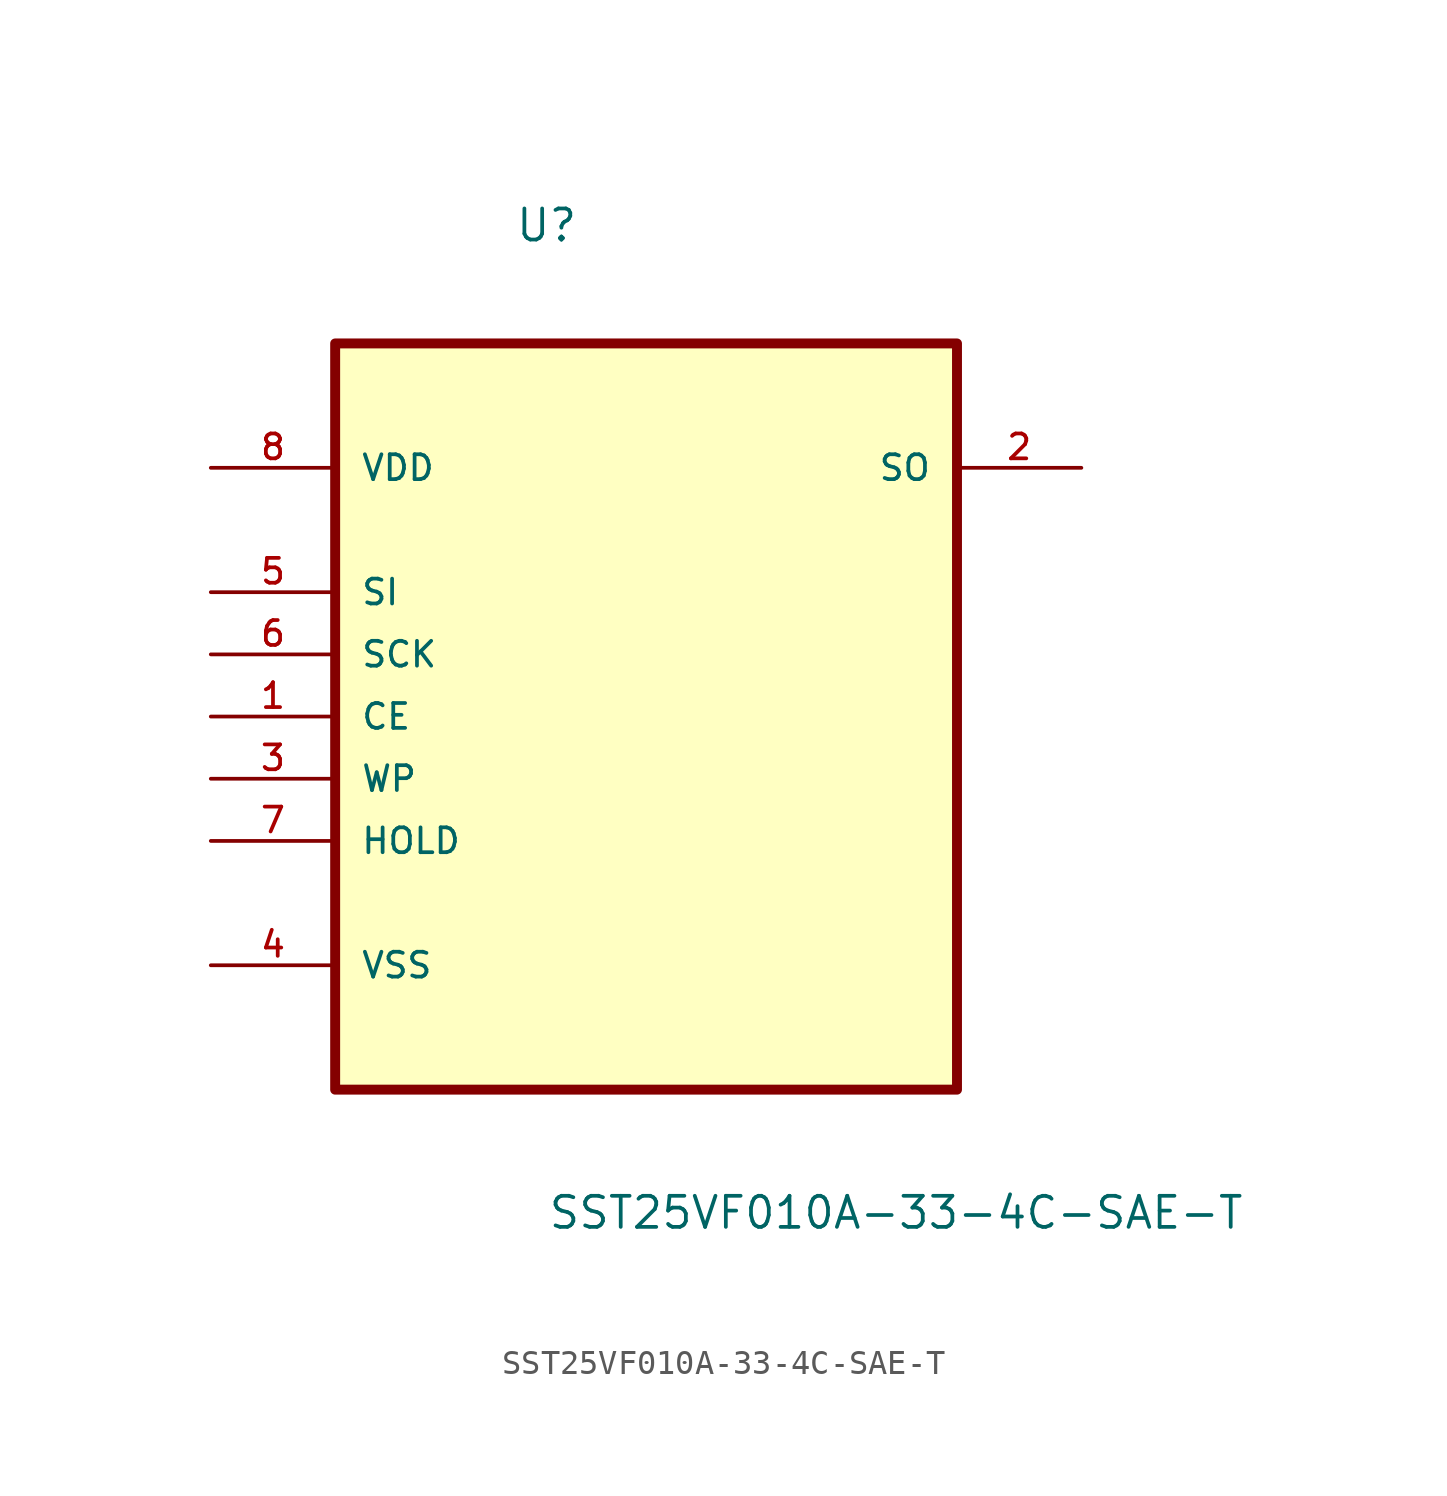
<source format=kicad_sym>
(kicad_symbol_lib
  (version 20211014)
  (generator kicad_symbol_editor)
  (symbol "SST25VF010A-33-4C-SAE-T"
    (pin_names
      (offset 1.016))
    (property "Reference" "U"
      (at -5.373 16.781 0.0)
      (effects (font (size 1.27 1.27)) (justify bottom left)))
    (property "Value" "SST25VF010A-33-4C-SAE-T"
      (at -4.039 -23.548 0.0)
      (effects (font (size 1.27 1.27)) (justify bottom left)))
    (symbol "SST25VF010A-33-4C-SAE-T_0_0"
      (rectangle (start -12.7 -17.78) (end 12.7 12.7) (stroke (width 0.406)) (fill (type background)))
      (pin power_in line (at -17.78 7.62 0) (length 5.08) (name "VDD" (effects (font (size 1.016 1.016)))) (number "8" (effects (font (size 1.016 1.016)))))
      (pin input line (at -17.78 2.54 0) (length 5.08) (name "SI" (effects (font (size 1.016 1.016)))) (number "5" (effects (font (size 1.016 1.016)))))
      (pin input line (at -17.78 0.0 0) (length 5.08) (name "SCK" (effects (font (size 1.016 1.016)))) (number "6" (effects (font (size 1.016 1.016)))))
      (pin input line (at -17.78 -2.54 0) (length 5.08) (name "CE" (effects (font (size 1.016 1.016)))) (number "1" (effects (font (size 1.016 1.016)))))
      (pin input line (at -17.78 -5.08 0) (length 5.08) (name "WP" (effects (font (size 1.016 1.016)))) (number "3" (effects (font (size 1.016 1.016)))))
      (pin input line (at -17.78 -7.62 0) (length 5.08) (name "HOLD" (effects (font (size 1.016 1.016)))) (number "7" (effects (font (size 1.016 1.016)))))
      (pin passive line (at -17.78 -12.7 0) (length 5.08) (name "VSS" (effects (font (size 1.016 1.016)))) (number "4" (effects (font (size 1.016 1.016)))))
      (pin output line (at 17.78 7.62 180.0) (length 5.08) (name "SO" (effects (font (size 1.016 1.016)))) (number "2" (effects (font (size 1.016 1.016))))))))
</source>
